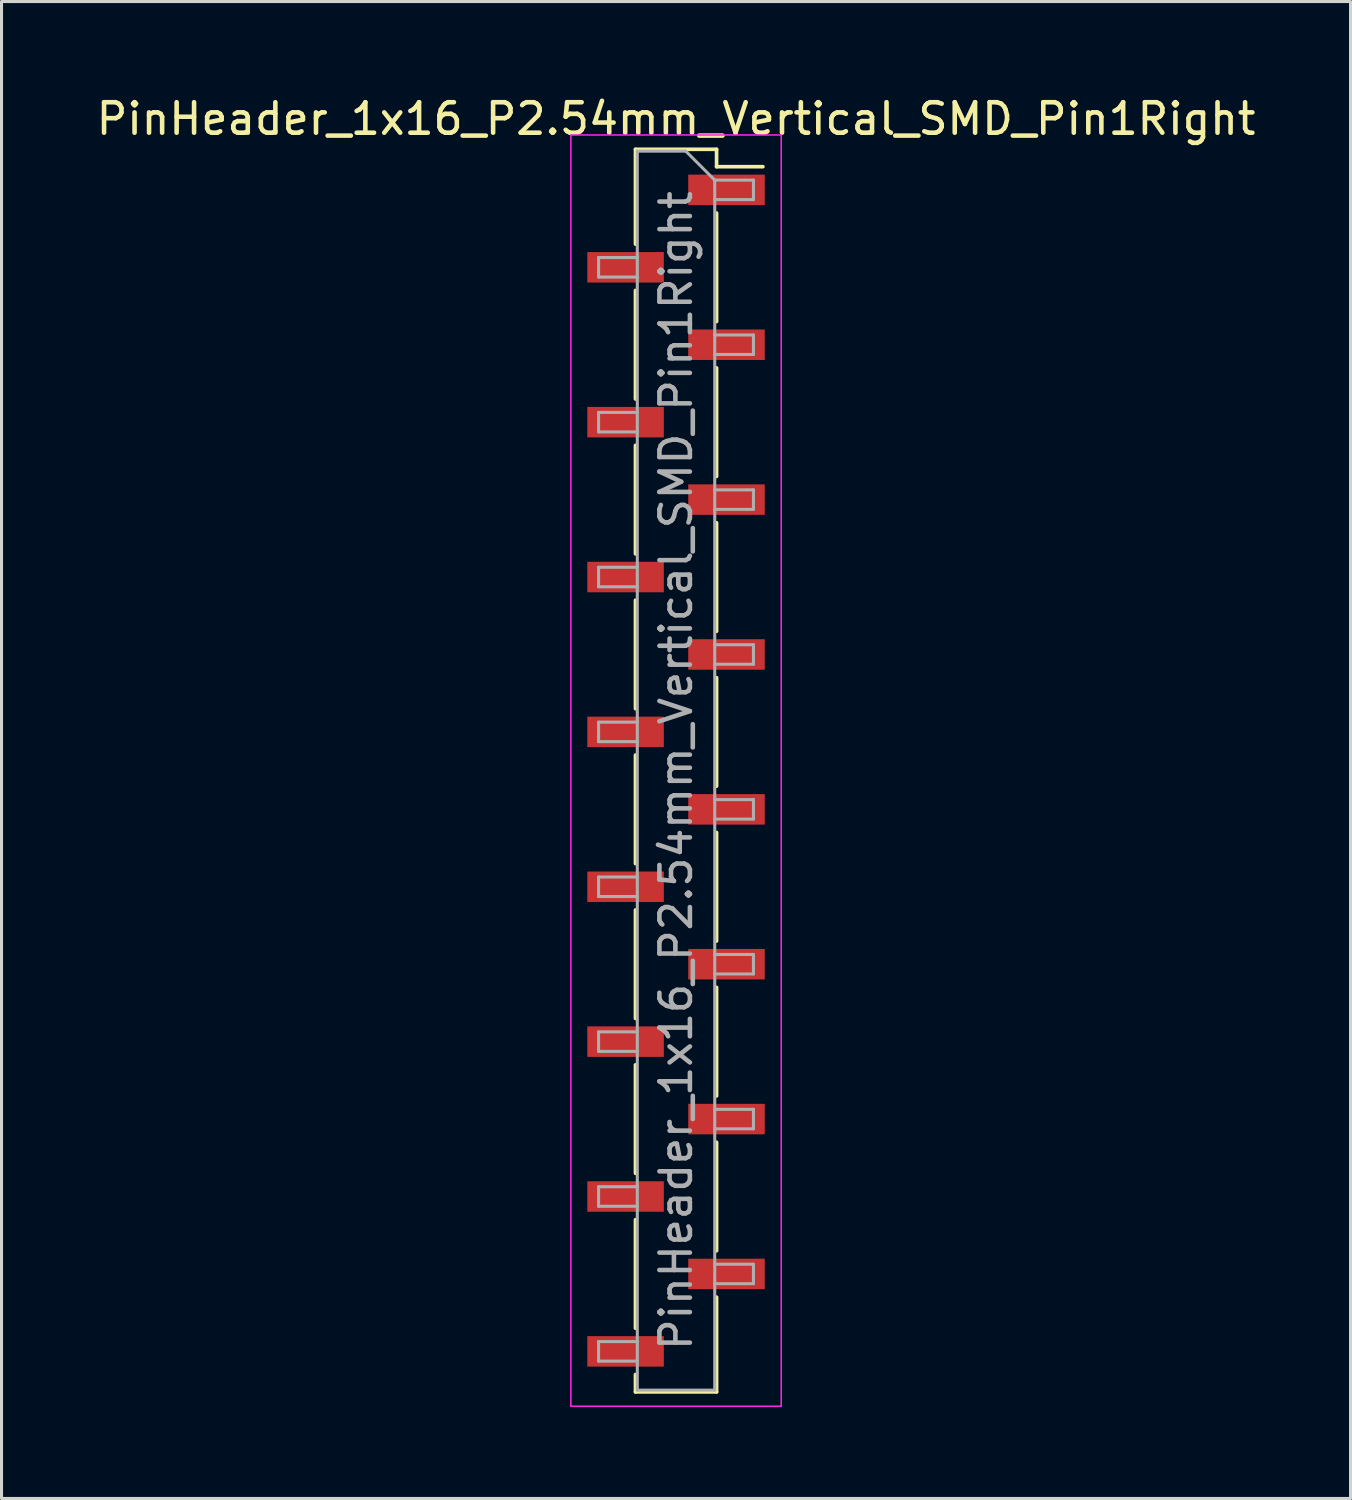
<source format=kicad_pcb>
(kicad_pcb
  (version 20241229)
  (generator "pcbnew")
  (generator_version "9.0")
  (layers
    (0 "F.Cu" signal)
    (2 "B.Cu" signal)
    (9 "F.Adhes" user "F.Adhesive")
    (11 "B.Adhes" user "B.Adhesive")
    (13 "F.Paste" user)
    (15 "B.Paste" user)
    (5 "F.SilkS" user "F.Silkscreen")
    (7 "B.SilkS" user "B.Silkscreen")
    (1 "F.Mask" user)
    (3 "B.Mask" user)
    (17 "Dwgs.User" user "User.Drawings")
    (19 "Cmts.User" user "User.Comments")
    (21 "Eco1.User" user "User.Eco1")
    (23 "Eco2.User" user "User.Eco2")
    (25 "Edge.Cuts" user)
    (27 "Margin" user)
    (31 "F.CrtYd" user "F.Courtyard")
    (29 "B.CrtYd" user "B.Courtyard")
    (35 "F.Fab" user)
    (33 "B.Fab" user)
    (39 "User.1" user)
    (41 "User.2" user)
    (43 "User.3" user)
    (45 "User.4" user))
  (footprint "PinHeader_1x16_P2.54mm_Vertical_SMD_Pin1Right"
    (layer "F.Cu")
    (at 19.125 22.228)
    (property "Reference" "PinHeader_1x16_P2.54mm_Vertical_SMD_Pin1Right" (at 0 -21.38 0) (layer "F.SilkS") (effects (font (size 1 1) (thickness 0.15))))
    (attr smd)
    (fp_line (start -1.33 -20.38) (end -1.33 -17.27) (stroke (width 0.12) (type solid)) (layer "F.SilkS"))
    (fp_line (start -1.33 -20.38) (end 1.33 -20.38) (stroke (width 0.12) (type solid)) (layer "F.SilkS"))
    (fp_line (start -1.33 -15.75) (end -1.33 -12.19) (stroke (width 0.12) (type solid)) (layer "F.SilkS"))
    (fp_line (start -1.33 -10.67) (end -1.33 -7.11) (stroke (width 0.12) (type solid)) (layer "F.SilkS"))
    (fp_line (start -1.33 -5.59) (end -1.33 -2.03) (stroke (width 0.12) (type solid)) (layer "F.SilkS"))
    (fp_line (start -1.33 -0.51) (end -1.33 3.05) (stroke (width 0.12) (type solid)) (layer "F.SilkS"))
    (fp_line (start -1.33 4.57) (end -1.33 8.13) (stroke (width 0.12) (type solid)) (layer "F.SilkS"))
    (fp_line (start -1.33 9.65) (end -1.33 13.21) (stroke (width 0.12) (type solid)) (layer "F.SilkS"))
    (fp_line (start -1.33 14.73) (end -1.33 18.29) (stroke (width 0.12) (type solid)) (layer "F.SilkS"))
    (fp_line (start -1.33 19.81) (end -1.33 20.38) (stroke (width 0.12) (type solid)) (layer "F.SilkS"))
    (fp_line (start -1.33 20.38) (end 1.33 20.38) (stroke (width 0.12) (type solid)) (layer "F.SilkS"))
    (fp_line (start 1.33 -20.38) (end 1.33 -19.81) (stroke (width 0.12) (type solid)) (layer "F.SilkS"))
    (fp_line (start 1.33 -19.81) (end 2.85 -19.81) (stroke (width 0.12) (type solid)) (layer "F.SilkS"))
    (fp_line (start 1.33 -18.29) (end 1.33 -14.73) (stroke (width 0.12) (type solid)) (layer "F.SilkS"))
    (fp_line (start 1.33 -13.21) (end 1.33 -9.65) (stroke (width 0.12) (type solid)) (layer "F.SilkS"))
    (fp_line (start 1.33 -8.13) (end 1.33 -4.57) (stroke (width 0.12) (type solid)) (layer "F.SilkS"))
    (fp_line (start 1.33 -3.05) (end 1.33 0.51) (stroke (width 0.12) (type solid)) (layer "F.SilkS"))
    (fp_line (start 1.33 2.03) (end 1.33 5.59) (stroke (width 0.12) (type solid)) (layer "F.SilkS"))
    (fp_line (start 1.33 7.11) (end 1.33 10.67) (stroke (width 0.12) (type solid)) (layer "F.SilkS"))
    (fp_line (start 1.33 12.19) (end 1.33 15.75) (stroke (width 0.12) (type solid)) (layer "F.SilkS"))
    (fp_line (start 1.33 17.27) (end 1.33 20.38) (stroke (width 0.12) (type solid)) (layer "F.SilkS"))
    (fp_line (start -3.45 -20.85) (end -3.45 20.85) (stroke (width 0.05) (type solid)) (layer "F.CrtYd"))
    (fp_line (start -3.45 20.85) (end 3.45 20.85) (stroke (width 0.05) (type solid)) (layer "F.CrtYd"))
    (fp_line (start 3.45 -20.85) (end -3.45 -20.85) (stroke (width 0.05) (type solid)) (layer "F.CrtYd"))
    (fp_line (start 3.45 20.85) (end 3.45 -20.85) (stroke (width 0.05) (type solid)) (layer "F.CrtYd"))
    (fp_line (start -2.54 -16.83) (end -2.54 -16.19) (stroke (width 0.1) (type solid)) (layer "F.Fab"))
    (fp_line (start -2.54 -16.19) (end -1.27 -16.19) (stroke (width 0.1) (type solid)) (layer "F.Fab"))
    (fp_line (start -2.54 -11.75) (end -2.54 -11.11) (stroke (width 0.1) (type solid)) (layer "F.Fab"))
    (fp_line (start -2.54 -11.11) (end -1.27 -11.11) (stroke (width 0.1) (type solid)) (layer "F.Fab"))
    (fp_line (start -2.54 -6.67) (end -2.54 -6.03) (stroke (width 0.1) (type solid)) (layer "F.Fab"))
    (fp_line (start -2.54 -6.03) (end -1.27 -6.03) (stroke (width 0.1) (type solid)) (layer "F.Fab"))
    (fp_line (start -2.54 -1.59) (end -2.54 -0.95) (stroke (width 0.1) (type solid)) (layer "F.Fab"))
    (fp_line (start -2.54 -0.95) (end -1.27 -0.95) (stroke (width 0.1) (type solid)) (layer "F.Fab"))
    (fp_line (start -2.54 3.49) (end -2.54 4.13) (stroke (width 0.1) (type solid)) (layer "F.Fab"))
    (fp_line (start -2.54 4.13) (end -1.27 4.13) (stroke (width 0.1) (type solid)) (layer "F.Fab"))
    (fp_line (start -2.54 8.57) (end -2.54 9.21) (stroke (width 0.1) (type solid)) (layer "F.Fab"))
    (fp_line (start -2.54 9.21) (end -1.27 9.21) (stroke (width 0.1) (type solid)) (layer "F.Fab"))
    (fp_line (start -2.54 13.65) (end -2.54 14.29) (stroke (width 0.1) (type solid)) (layer "F.Fab"))
    (fp_line (start -2.54 14.29) (end -1.27 14.29) (stroke (width 0.1) (type solid)) (layer "F.Fab"))
    (fp_line (start -2.54 18.73) (end -2.54 19.37) (stroke (width 0.1) (type solid)) (layer "F.Fab"))
    (fp_line (start -2.54 19.37) (end -1.27 19.37) (stroke (width 0.1) (type solid)) (layer "F.Fab"))
    (fp_line (start -1.27 -20.32) (end -1.27 20.32) (stroke (width 0.1) (type solid)) (layer "F.Fab"))
    (fp_line (start -1.27 -20.32) (end 0.32 -20.32) (stroke (width 0.1) (type solid)) (layer "F.Fab"))
    (fp_line (start -1.27 -16.83) (end -2.54 -16.83) (stroke (width 0.1) (type solid)) (layer "F.Fab"))
    (fp_line (start -1.27 -11.75) (end -2.54 -11.75) (stroke (width 0.1) (type solid)) (layer "F.Fab"))
    (fp_line (start -1.27 -6.67) (end -2.54 -6.67) (stroke (width 0.1) (type solid)) (layer "F.Fab"))
    (fp_line (start -1.27 -1.59) (end -2.54 -1.59) (stroke (width 0.1) (type solid)) (layer "F.Fab"))
    (fp_line (start -1.27 3.49) (end -2.54 3.49) (stroke (width 0.1) (type solid)) (layer "F.Fab"))
    (fp_line (start -1.27 8.57) (end -2.54 8.57) (stroke (width 0.1) (type solid)) (layer "F.Fab"))
    (fp_line (start -1.27 13.65) (end -2.54 13.65) (stroke (width 0.1) (type solid)) (layer "F.Fab"))
    (fp_line (start -1.27 18.73) (end -2.54 18.73) (stroke (width 0.1) (type solid)) (layer "F.Fab"))
    (fp_line (start 1.27 -19.37) (end 0.32 -20.32) (stroke (width 0.1) (type solid)) (layer "F.Fab"))
    (fp_line (start 1.27 -19.37) (end 2.54 -19.37) (stroke (width 0.1) (type solid)) (layer "F.Fab"))
    (fp_line (start 1.27 -14.29) (end 2.54 -14.29) (stroke (width 0.1) (type solid)) (layer "F.Fab"))
    (fp_line (start 1.27 -9.21) (end 2.54 -9.21) (stroke (width 0.1) (type solid)) (layer "F.Fab"))
    (fp_line (start 1.27 -4.13) (end 2.54 -4.13) (stroke (width 0.1) (type solid)) (layer "F.Fab"))
    (fp_line (start 1.27 0.95) (end 2.54 0.95) (stroke (width 0.1) (type solid)) (layer "F.Fab"))
    (fp_line (start 1.27 6.03) (end 2.54 6.03) (stroke (width 0.1) (type solid)) (layer "F.Fab"))
    (fp_line (start 1.27 11.11) (end 2.54 11.11) (stroke (width 0.1) (type solid)) (layer "F.Fab"))
    (fp_line (start 1.27 16.19) (end 2.54 16.19) (stroke (width 0.1) (type solid)) (layer "F.Fab"))
    (fp_line (start 1.27 20.32) (end -1.27 20.32) (stroke (width 0.1) (type solid)) (layer "F.Fab"))
    (fp_line (start 1.27 20.32) (end 1.27 -19.37) (stroke (width 0.1) (type solid)) (layer "F.Fab"))
    (fp_line (start 2.54 -19.37) (end 2.54 -18.73) (stroke (width 0.1) (type solid)) (layer "F.Fab"))
    (fp_line (start 2.54 -18.73) (end 1.27 -18.73) (stroke (width 0.1) (type solid)) (layer "F.Fab"))
    (fp_line (start 2.54 -14.29) (end 2.54 -13.65) (stroke (width 0.1) (type solid)) (layer "F.Fab"))
    (fp_line (start 2.54 -13.65) (end 1.27 -13.65) (stroke (width 0.1) (type solid)) (layer "F.Fab"))
    (fp_line (start 2.54 -9.21) (end 2.54 -8.57) (stroke (width 0.1) (type solid)) (layer "F.Fab"))
    (fp_line (start 2.54 -8.57) (end 1.27 -8.57) (stroke (width 0.1) (type solid)) (layer "F.Fab"))
    (fp_line (start 2.54 -4.13) (end 2.54 -3.49) (stroke (width 0.1) (type solid)) (layer "F.Fab"))
    (fp_line (start 2.54 -3.49) (end 1.27 -3.49) (stroke (width 0.1) (type solid)) (layer "F.Fab"))
    (fp_line (start 2.54 0.95) (end 2.54 1.59) (stroke (width 0.1) (type solid)) (layer "F.Fab"))
    (fp_line (start 2.54 1.59) (end 1.27 1.59) (stroke (width 0.1) (type solid)) (layer "F.Fab"))
    (fp_line (start 2.54 6.03) (end 2.54 6.67) (stroke (width 0.1) (type solid)) (layer "F.Fab"))
    (fp_line (start 2.54 6.67) (end 1.27 6.67) (stroke (width 0.1) (type solid)) (layer "F.Fab"))
    (fp_line (start 2.54 11.11) (end 2.54 11.75) (stroke (width 0.1) (type solid)) (layer "F.Fab"))
    (fp_line (start 2.54 11.75) (end 1.27 11.75) (stroke (width 0.1) (type solid)) (layer "F.Fab"))
    (fp_line (start 2.54 16.19) (end 2.54 16.83) (stroke (width 0.1) (type solid)) (layer "F.Fab"))
    (fp_line (start 2.54 16.83) (end 1.27 16.83) (stroke (width 0.1) (type solid)) (layer "F.Fab"))
    (fp_text user "${REFERENCE}" (at 0 0 90) (layer "F.Fab") (effects (font (size 1 1) (thickness 0.15))))
    (pad "1" smd rect (at 1.655 -19.05) (size 2.51 1) (layers "F.Cu" "F.Mask" "F.Paste"))
    (pad "2" smd rect (at -1.655 -16.51) (size 2.51 1) (layers "F.Cu" "F.Mask" "F.Paste"))
    (pad "3" smd rect (at 1.655 -13.97) (size 2.51 1) (layers "F.Cu" "F.Mask" "F.Paste"))
    (pad "4" smd rect (at -1.655 -11.43) (size 2.51 1) (layers "F.Cu" "F.Mask" "F.Paste"))
    (pad "5" smd rect (at 1.655 -8.89) (size 2.51 1) (layers "F.Cu" "F.Mask" "F.Paste"))
    (pad "6" smd rect (at -1.655 -6.35) (size 2.51 1) (layers "F.Cu" "F.Mask" "F.Paste"))
    (pad "7" smd rect (at 1.655 -3.81) (size 2.51 1) (layers "F.Cu" "F.Mask" "F.Paste"))
    (pad "8" smd rect (at -1.655 -1.27) (size 2.51 1) (layers "F.Cu" "F.Mask" "F.Paste"))
    (pad "9" smd rect (at 1.655 1.27) (size 2.51 1) (layers "F.Cu" "F.Mask" "F.Paste"))
    (pad "10" smd rect (at -1.655 3.81) (size 2.51 1) (layers "F.Cu" "F.Mask" "F.Paste"))
    (pad "11" smd rect (at 1.655 6.35) (size 2.51 1) (layers "F.Cu" "F.Mask" "F.Paste"))
    (pad "12" smd rect (at -1.655 8.89) (size 2.51 1) (layers "F.Cu" "F.Mask" "F.Paste"))
    (pad "13" smd rect (at 1.655 11.43) (size 2.51 1) (layers "F.Cu" "F.Mask" "F.Paste"))
    (pad "14" smd rect (at -1.655 13.97) (size 2.51 1) (layers "F.Cu" "F.Mask" "F.Paste"))
    (pad "15" smd rect (at 1.655 16.51) (size 2.51 1) (layers "F.Cu" "F.Mask" "F.Paste"))
    (pad "16" smd rect (at -1.655 19.05) (size 2.51 1) (layers "F.Cu" "F.Mask" "F.Paste")))
  (gr_rect
    (start -3 -3)
    (end 41.25 46.103)
    (stroke (width 0.1) (type default))
    (fill no)
    (layer "Edge.Cuts")))
</source>
